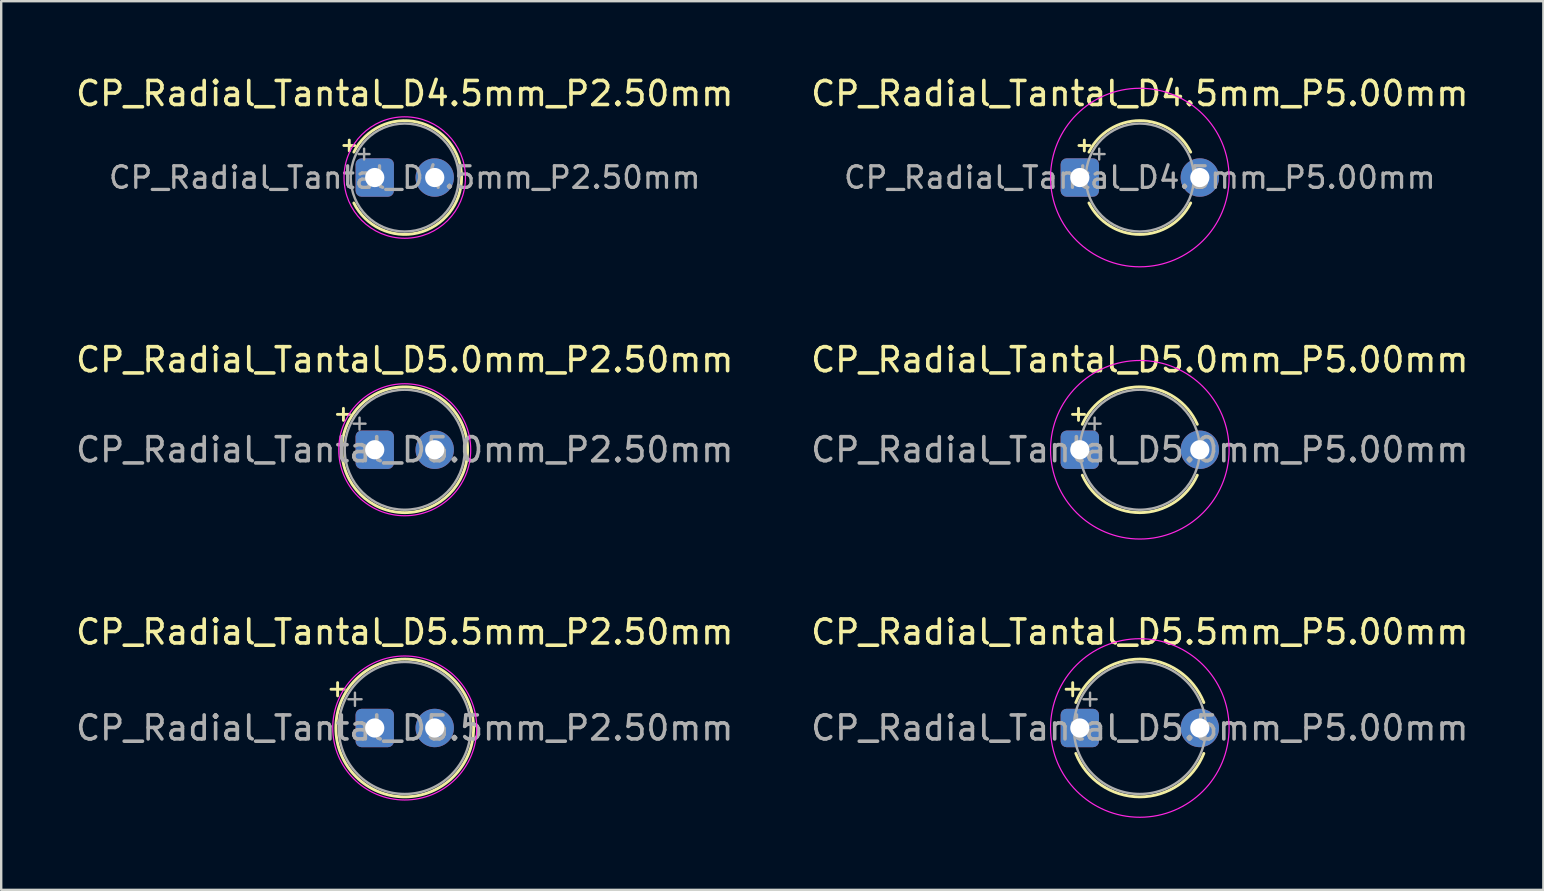
<source format=kicad_pcb>
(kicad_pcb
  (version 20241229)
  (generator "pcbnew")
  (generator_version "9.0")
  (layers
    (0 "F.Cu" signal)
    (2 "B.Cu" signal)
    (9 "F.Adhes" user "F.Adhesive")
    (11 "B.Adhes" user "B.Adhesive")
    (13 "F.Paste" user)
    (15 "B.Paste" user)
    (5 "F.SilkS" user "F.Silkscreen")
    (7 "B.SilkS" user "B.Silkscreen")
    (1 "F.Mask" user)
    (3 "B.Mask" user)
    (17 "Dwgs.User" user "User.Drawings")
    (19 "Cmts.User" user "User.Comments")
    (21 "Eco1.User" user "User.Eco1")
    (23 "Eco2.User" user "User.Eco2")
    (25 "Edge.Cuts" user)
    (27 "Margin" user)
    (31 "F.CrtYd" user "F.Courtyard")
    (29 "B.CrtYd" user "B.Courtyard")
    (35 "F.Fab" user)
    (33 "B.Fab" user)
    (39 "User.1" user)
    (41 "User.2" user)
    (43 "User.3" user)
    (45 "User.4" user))
  (footprint "CP_Radial_Tantal_D5.5mm_P5.00mm"
    (layer "F.Cu")
    (at 41.946 27.285)
    (property "Reference" "CP_Radial_Tantal_D5.5mm_P5.00mm" (at 2.5 -4 0) (layer "F.SilkS") (effects (font (size 1 1) (thickness 0.15))))
    (attr through_hole)
    (fp_line (start -0.572 -1.615) (end -0.022 -1.615) (stroke (width 0.12) (type solid)) (layer "F.SilkS"))
    (fp_line (start -0.297 -1.89) (end -0.297 -1.34) (stroke (width 0.12) (type solid)) (layer "F.SilkS"))
    (fp_arc (start -0.167077 -1.06) (mid 2.5 -2.87) (end 5.167077 -1.06) (stroke (width 0.12) (type solid)) (layer "F.SilkS"))
    (fp_arc (start 5.167077 1.06) (mid 2.5 2.87) (end -0.167077 1.06) (stroke (width 0.12) (type solid)) (layer "F.SilkS"))
    (fp_circle (center 2.5 0) (end 6.22 0) (stroke (width 0.05) (type solid)) (fill no) (layer "F.CrtYd"))
    (fp_line (start 0.151 -1.198) (end 0.701 -1.198) (stroke (width 0.1) (type solid)) (layer "F.Fab"))
    (fp_line (start 0.426 -1.472) (end 0.426 -0.922) (stroke (width 0.1) (type solid)) (layer "F.Fab"))
    (fp_circle (center 2.5 0) (end 5.25 0) (stroke (width 0.1) (type solid)) (fill no) (layer "F.Fab"))
    (fp_text user "${REFERENCE}" (at 2.5 0 0) (layer "F.Fab") (effects (font (size 1 1) (thickness 0.15))))
    (pad "1" thru_hole roundrect (at 0 0) (size 1.6 1.6) (drill 0.8) (layers "*.Cu" "*.Mask") (roundrect_rratio 0.156))
    (pad "2" thru_hole circle (at 5 0) (size 1.6 1.6) (drill 0.8) (layers "*.Cu" "*.Mask")))
  (footprint "CP_Radial_Tantal_D5.0mm_P5.00mm"
    (layer "F.Cu")
    (at 41.946 15.691)
    (property "Reference" "CP_Radial_Tantal_D5.0mm_P5.00mm" (at 2.5 -3.75 0) (layer "F.SilkS") (effects (font (size 1 1) (thickness 0.15))))
    (attr through_hole)
    (fp_line (start -0.305 -1.475) (end 0.195 -1.475) (stroke (width 0.12) (type solid)) (layer "F.SilkS"))
    (fp_line (start -0.055 -1.725) (end -0.055 -1.225) (stroke (width 0.12) (type solid)) (layer "F.SilkS"))
    (fp_arc (start 0.104003 -1.06) (mid 2.5 -2.62) (end 4.895997 -1.06) (stroke (width 0.12) (type solid)) (layer "F.SilkS"))
    (fp_arc (start 4.895997 1.06) (mid 2.5 2.62) (end 0.104003 1.06) (stroke (width 0.12) (type solid)) (layer "F.SilkS"))
    (fp_circle (center 2.5 0) (end 6.22 0) (stroke (width 0.05) (type solid)) (fill no) (layer "F.CrtYd"))
    (fp_line (start 0.366 -1.087) (end 0.866 -1.087) (stroke (width 0.1) (type solid)) (layer "F.Fab"))
    (fp_line (start 0.616 -1.337) (end 0.616 -0.838) (stroke (width 0.1) (type solid)) (layer "F.Fab"))
    (fp_circle (center 2.5 0) (end 5 0) (stroke (width 0.1) (type solid)) (fill no) (layer "F.Fab"))
    (fp_text user "${REFERENCE}" (at 2.5 0 0) (layer "F.Fab") (effects (font (size 1 1) (thickness 0.15))))
    (pad "1" thru_hole roundrect (at 0 0) (size 1.6 1.6) (drill 0.8) (layers "*.Cu" "*.Mask") (roundrect_rratio 0.156))
    (pad "2" thru_hole circle (at 5 0) (size 1.6 1.6) (drill 0.8) (layers "*.Cu" "*.Mask")))
  (footprint "CP_Radial_Tantal_D5.0mm_P2.50mm"
    (layer "F.Cu")
    (at 12.565 15.691)
    (property "Reference" "CP_Radial_Tantal_D5.0mm_P2.50mm" (at 1.25 -3.75 0) (layer "F.SilkS") (effects (font (size 1 1) (thickness 0.15))))
    (attr through_hole)
    (fp_line (start -1.555 -1.475) (end -1.055 -1.475) (stroke (width 0.12) (type solid)) (layer "F.SilkS"))
    (fp_line (start -1.305 -1.725) (end -1.305 -1.225) (stroke (width 0.12) (type solid)) (layer "F.SilkS"))
    (fp_circle (center 1.25 0) (end 3.87 0) (stroke (width 0.12) (type solid)) (fill no) (layer "F.SilkS"))
    (fp_circle (center 1.25 0) (end 4 0) (stroke (width 0.05) (type solid)) (fill no) (layer "F.CrtYd"))
    (fp_line (start -0.884 -1.087) (end -0.384 -1.087) (stroke (width 0.1) (type solid)) (layer "F.Fab"))
    (fp_line (start -0.634 -1.337) (end -0.634 -0.838) (stroke (width 0.1) (type solid)) (layer "F.Fab"))
    (fp_circle (center 1.25 0) (end 3.75 0) (stroke (width 0.1) (type solid)) (fill no) (layer "F.Fab"))
    (fp_text user "${REFERENCE}" (at 1.25 0 0) (layer "F.Fab") (effects (font (size 1 1) (thickness 0.15))))
    (pad "1" thru_hole roundrect (at 0 0) (size 1.6 1.6) (drill 0.8) (layers "*.Cu" "*.Mask") (roundrect_rratio 0.156))
    (pad "2" thru_hole circle (at 2.5 0) (size 1.6 1.6) (drill 0.8) (layers "*.Cu" "*.Mask")))
  (footprint "CP_Radial_Tantal_D5.5mm_P2.50mm"
    (layer "F.Cu")
    (at 12.565 27.285)
    (property "Reference" "CP_Radial_Tantal_D5.5mm_P2.50mm" (at 1.25 -4 0) (layer "F.SilkS") (effects (font (size 1 1) (thickness 0.15))))
    (attr through_hole)
    (fp_line (start -1.822 -1.615) (end -1.272 -1.615) (stroke (width 0.12) (type solid)) (layer "F.SilkS"))
    (fp_line (start -1.547 -1.89) (end -1.547 -1.34) (stroke (width 0.12) (type solid)) (layer "F.SilkS"))
    (fp_circle (center 1.25 0) (end 4.12 0) (stroke (width 0.12) (type solid)) (fill no) (layer "F.SilkS"))
    (fp_circle (center 1.25 0) (end 4.25 0) (stroke (width 0.05) (type solid)) (fill no) (layer "F.CrtYd"))
    (fp_line (start -1.099 -1.198) (end -0.549 -1.198) (stroke (width 0.1) (type solid)) (layer "F.Fab"))
    (fp_line (start -0.824 -1.472) (end -0.824 -0.922) (stroke (width 0.1) (type solid)) (layer "F.Fab"))
    (fp_circle (center 1.25 0) (end 4 0) (stroke (width 0.1) (type solid)) (fill no) (layer "F.Fab"))
    (fp_text user "${REFERENCE}" (at 1.25 0 0) (layer "F.Fab") (effects (font (size 1 1) (thickness 0.15))))
    (pad "1" thru_hole roundrect (at 0 0) (size 1.6 1.6) (drill 0.8) (layers "*.Cu" "*.Mask") (roundrect_rratio 0.156))
    (pad "2" thru_hole circle (at 2.5 0) (size 1.6 1.6) (drill 0.8) (layers "*.Cu" "*.Mask")))
  (footprint "CP_Radial_Tantal_D4.5mm_P5.00mm"
    (layer "F.Cu")
    (at 41.946 4.348)
    (property "Reference" "CP_Radial_Tantal_D4.5mm_P5.00mm" (at 2.5 -3.5 0) (layer "F.SilkS") (effects (font (size 1 1) (thickness 0.15))))
    (attr through_hole)
    (fp_line (start -0.037 -1.335) (end 0.413 -1.335) (stroke (width 0.12) (type solid)) (layer "F.SilkS"))
    (fp_line (start 0.188 -1.56) (end 0.188 -1.11) (stroke (width 0.12) (type solid)) (layer "F.SilkS"))
    (fp_arc (start 0.380259 -1.06) (mid 2.5 -2.37) (end 4.619741 -1.06) (stroke (width 0.12) (type solid)) (layer "F.SilkS"))
    (fp_arc (start 4.619741 1.06) (mid 2.5 2.37) (end 0.380259 1.06) (stroke (width 0.12) (type solid)) (layer "F.SilkS"))
    (fp_circle (center 2.5 0) (end 6.22 0) (stroke (width 0.05) (type solid)) (fill no) (layer "F.CrtYd"))
    (fp_line (start 0.582 -0.978) (end 1.032 -0.978) (stroke (width 0.1) (type solid)) (layer "F.Fab"))
    (fp_line (start 0.807 -1.202) (end 0.807 -0.752) (stroke (width 0.1) (type solid)) (layer "F.Fab"))
    (fp_circle (center 2.5 0) (end 4.75 0) (stroke (width 0.1) (type solid)) (fill no) (layer "F.Fab"))
    (fp_text user "${REFERENCE}" (at 2.5 0 0) (layer "F.Fab") (effects (font (size 0.9 0.9) (thickness 0.135))))
    (pad "1" thru_hole roundrect (at 0 0) (size 1.6 1.6) (drill 0.8) (layers "*.Cu" "*.Mask") (roundrect_rratio 0.156))
    (pad "2" thru_hole circle (at 5 0) (size 1.6 1.6) (drill 0.8) (layers "*.Cu" "*.Mask")))
  (footprint "CP_Radial_Tantal_D4.5mm_P2.50mm"
    (layer "F.Cu")
    (at 12.565 4.348)
    (property "Reference" "CP_Radial_Tantal_D4.5mm_P2.50mm" (at 1.25 -3.5 0) (layer "F.SilkS") (effects (font (size 1 1) (thickness 0.15))))
    (attr through_hole)
    (fp_line (start -1.287 -1.335) (end -0.837 -1.335) (stroke (width 0.12) (type solid)) (layer "F.SilkS"))
    (fp_line (start -1.062 -1.56) (end -1.062 -1.11) (stroke (width 0.12) (type solid)) (layer "F.SilkS"))
    (fp_arc (start -0.869741 -1.06) (mid 3.62 0) (end -0.869741 1.06) (stroke (width 0.12) (type solid)) (layer "F.SilkS"))
    (fp_circle (center 1.25 0) (end 3.78 0) (stroke (width 0.05) (type solid)) (fill no) (layer "F.CrtYd"))
    (fp_line (start -0.668 -0.978) (end -0.218 -0.978) (stroke (width 0.1) (type solid)) (layer "F.Fab"))
    (fp_line (start -0.443 -1.202) (end -0.443 -0.752) (stroke (width 0.1) (type solid)) (layer "F.Fab"))
    (fp_circle (center 1.25 0) (end 3.5 0) (stroke (width 0.1) (type solid)) (fill no) (layer "F.Fab"))
    (fp_text user "${REFERENCE}" (at 1.25 0 0) (layer "F.Fab") (effects (font (size 0.9 0.9) (thickness 0.135))))
    (pad "1" thru_hole roundrect (at 0 0) (size 1.6 1.6) (drill 0.8) (layers "*.Cu" "*.Mask") (roundrect_rratio 0.156))
    (pad "2" thru_hole circle (at 2.5 0) (size 1.6 1.6) (drill 0.8) (layers "*.Cu" "*.Mask")))
  (gr_rect
    (start -3 -3)
    (end 61.262 34.03)
    (stroke (width 0.1) (type default))
    (fill no)
    (layer "Edge.Cuts")))
</source>
